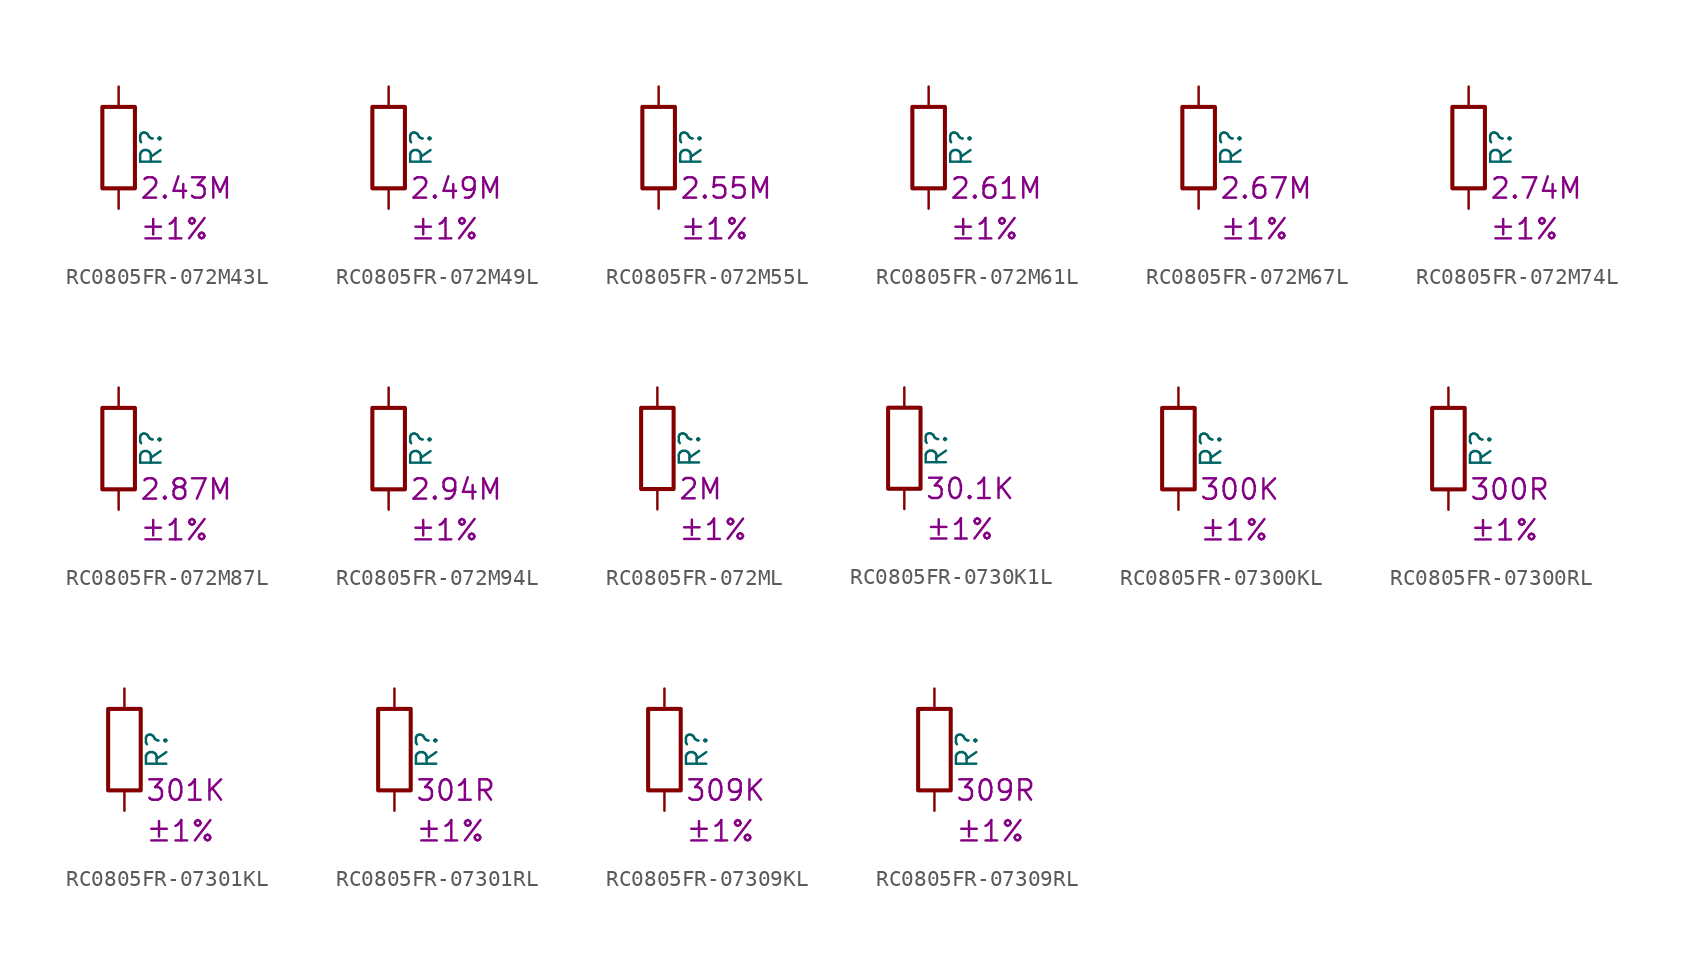
<source format=kicad_sym>
(kicad_symbol_lib
  (version 20220914)
  (generator kicad_symbol_editor)
  (symbol "RC0805FR-072M43L"
    (pin_numbers hide)
    (pin_names
      (offset 0))
    (property "Reference" "R"
      (at 2.032 0 90)
      (effects (font (size 1.27 1.27))))
    (property "Resistance" "2.43M"
      (at 1.27 -2.54 0)
      (effects (font (size 1.27 1.27)) (justify left)))
    (property "Tolerance" "±1%"
      (at 1.27 -5.08 0)
      (effects (font (size 1.27 1.27)) (justify left)))
    (symbol "RC0805FR-072M43L_0_1"
      (rectangle (start -1.016 -2.54) (end 1.016 2.54) (stroke (width 0.254) (type default)) (fill (type none))))
    (symbol "RC0805FR-072M43L_1_1"
      (pin passive line (at 0 3.81 270) (length 1.27) (name "~" (effects (font (size 1.27 1.27)))) (number "1" (effects (font (size 1.27 1.27)))))
      (pin passive line (at 0 -3.81 90) (length 1.27) (name "~" (effects (font (size 1.27 1.27)))) (number "2" (effects (font (size 1.27 1.27)))))))
  (symbol "RC0805FR-072M49L"
    (pin_numbers hide)
    (pin_names
      (offset 0))
    (property "Reference" "R"
      (at 2.032 0 90)
      (effects (font (size 1.27 1.27))))
    (property "Resistance" "2.49M"
      (at 1.27 -2.54 0)
      (effects (font (size 1.27 1.27)) (justify left)))
    (property "Tolerance" "±1%"
      (at 1.27 -5.08 0)
      (effects (font (size 1.27 1.27)) (justify left)))
    (symbol "RC0805FR-072M49L_0_1"
      (rectangle (start -1.016 -2.54) (end 1.016 2.54) (stroke (width 0.254) (type default)) (fill (type none))))
    (symbol "RC0805FR-072M49L_1_1"
      (pin passive line (at 0 3.81 270) (length 1.27) (name "~" (effects (font (size 1.27 1.27)))) (number "1" (effects (font (size 1.27 1.27)))))
      (pin passive line (at 0 -3.81 90) (length 1.27) (name "~" (effects (font (size 1.27 1.27)))) (number "2" (effects (font (size 1.27 1.27)))))))
  (symbol "RC0805FR-072M55L"
    (pin_numbers hide)
    (pin_names
      (offset 0))
    (property "Reference" "R"
      (at 2.032 0 90)
      (effects (font (size 1.27 1.27))))
    (property "Resistance" "2.55M"
      (at 1.27 -2.54 0)
      (effects (font (size 1.27 1.27)) (justify left)))
    (property "Tolerance" "±1%"
      (at 1.27 -5.08 0)
      (effects (font (size 1.27 1.27)) (justify left)))
    (symbol "RC0805FR-072M55L_0_1"
      (rectangle (start -1.016 -2.54) (end 1.016 2.54) (stroke (width 0.254) (type default)) (fill (type none))))
    (symbol "RC0805FR-072M55L_1_1"
      (pin passive line (at 0 3.81 270) (length 1.27) (name "~" (effects (font (size 1.27 1.27)))) (number "1" (effects (font (size 1.27 1.27)))))
      (pin passive line (at 0 -3.81 90) (length 1.27) (name "~" (effects (font (size 1.27 1.27)))) (number "2" (effects (font (size 1.27 1.27)))))))
  (symbol "RC0805FR-072M61L"
    (pin_numbers hide)
    (pin_names
      (offset 0))
    (property "Reference" "R"
      (at 2.032 0 90)
      (effects (font (size 1.27 1.27))))
    (property "Resistance" "2.61M"
      (at 1.27 -2.54 0)
      (effects (font (size 1.27 1.27)) (justify left)))
    (property "Tolerance" "±1%"
      (at 1.27 -5.08 0)
      (effects (font (size 1.27 1.27)) (justify left)))
    (symbol "RC0805FR-072M61L_0_1"
      (rectangle (start -1.016 -2.54) (end 1.016 2.54) (stroke (width 0.254) (type default)) (fill (type none))))
    (symbol "RC0805FR-072M61L_1_1"
      (pin passive line (at 0 3.81 270) (length 1.27) (name "~" (effects (font (size 1.27 1.27)))) (number "1" (effects (font (size 1.27 1.27)))))
      (pin passive line (at 0 -3.81 90) (length 1.27) (name "~" (effects (font (size 1.27 1.27)))) (number "2" (effects (font (size 1.27 1.27)))))))
  (symbol "RC0805FR-072M67L"
    (pin_numbers hide)
    (pin_names
      (offset 0))
    (property "Reference" "R"
      (at 2.032 0 90)
      (effects (font (size 1.27 1.27))))
    (property "Resistance" "2.67M"
      (at 1.27 -2.54 0)
      (effects (font (size 1.27 1.27)) (justify left)))
    (property "Tolerance" "±1%"
      (at 1.27 -5.08 0)
      (effects (font (size 1.27 1.27)) (justify left)))
    (symbol "RC0805FR-072M67L_0_1"
      (rectangle (start -1.016 -2.54) (end 1.016 2.54) (stroke (width 0.254) (type default)) (fill (type none))))
    (symbol "RC0805FR-072M67L_1_1"
      (pin passive line (at 0 3.81 270) (length 1.27) (name "~" (effects (font (size 1.27 1.27)))) (number "1" (effects (font (size 1.27 1.27)))))
      (pin passive line (at 0 -3.81 90) (length 1.27) (name "~" (effects (font (size 1.27 1.27)))) (number "2" (effects (font (size 1.27 1.27)))))))
  (symbol "RC0805FR-072M74L"
    (pin_numbers hide)
    (pin_names
      (offset 0))
    (property "Reference" "R"
      (at 2.032 0 90)
      (effects (font (size 1.27 1.27))))
    (property "Resistance" "2.74M"
      (at 1.27 -2.54 0)
      (effects (font (size 1.27 1.27)) (justify left)))
    (property "Tolerance" "±1%"
      (at 1.27 -5.08 0)
      (effects (font (size 1.27 1.27)) (justify left)))
    (symbol "RC0805FR-072M74L_0_1"
      (rectangle (start -1.016 -2.54) (end 1.016 2.54) (stroke (width 0.254) (type default)) (fill (type none))))
    (symbol "RC0805FR-072M74L_1_1"
      (pin passive line (at 0 3.81 270) (length 1.27) (name "~" (effects (font (size 1.27 1.27)))) (number "1" (effects (font (size 1.27 1.27)))))
      (pin passive line (at 0 -3.81 90) (length 1.27) (name "~" (effects (font (size 1.27 1.27)))) (number "2" (effects (font (size 1.27 1.27)))))))
  (symbol "RC0805FR-072M87L"
    (pin_numbers hide)
    (pin_names
      (offset 0))
    (property "Reference" "R"
      (at 2.032 0 90)
      (effects (font (size 1.27 1.27))))
    (property "Resistance" "2.87M"
      (at 1.27 -2.54 0)
      (effects (font (size 1.27 1.27)) (justify left)))
    (property "Tolerance" "±1%"
      (at 1.27 -5.08 0)
      (effects (font (size 1.27 1.27)) (justify left)))
    (symbol "RC0805FR-072M87L_0_1"
      (rectangle (start -1.016 -2.54) (end 1.016 2.54) (stroke (width 0.254) (type default)) (fill (type none))))
    (symbol "RC0805FR-072M87L_1_1"
      (pin passive line (at 0 3.81 270) (length 1.27) (name "~" (effects (font (size 1.27 1.27)))) (number "1" (effects (font (size 1.27 1.27)))))
      (pin passive line (at 0 -3.81 90) (length 1.27) (name "~" (effects (font (size 1.27 1.27)))) (number "2" (effects (font (size 1.27 1.27)))))))
  (symbol "RC0805FR-072M94L"
    (pin_numbers hide)
    (pin_names
      (offset 0))
    (property "Reference" "R"
      (at 2.032 0 90)
      (effects (font (size 1.27 1.27))))
    (property "Resistance" "2.94M"
      (at 1.27 -2.54 0)
      (effects (font (size 1.27 1.27)) (justify left)))
    (property "Tolerance" "±1%"
      (at 1.27 -5.08 0)
      (effects (font (size 1.27 1.27)) (justify left)))
    (symbol "RC0805FR-072M94L_0_1"
      (rectangle (start -1.016 -2.54) (end 1.016 2.54) (stroke (width 0.254) (type default)) (fill (type none))))
    (symbol "RC0805FR-072M94L_1_1"
      (pin passive line (at 0 3.81 270) (length 1.27) (name "~" (effects (font (size 1.27 1.27)))) (number "1" (effects (font (size 1.27 1.27)))))
      (pin passive line (at 0 -3.81 90) (length 1.27) (name "~" (effects (font (size 1.27 1.27)))) (number "2" (effects (font (size 1.27 1.27)))))))
  (symbol "RC0805FR-072ML"
    (pin_numbers hide)
    (pin_names
      (offset 0))
    (property "Reference" "R"
      (at 2.032 0 90)
      (effects (font (size 1.27 1.27))))
    (property "Resistance" "2M"
      (at 1.27 -2.54 0)
      (effects (font (size 1.27 1.27)) (justify left)))
    (property "Tolerance" "±1%"
      (at 1.27 -5.08 0)
      (effects (font (size 1.27 1.27)) (justify left)))
    (symbol "RC0805FR-072ML_0_1"
      (rectangle (start -1.016 -2.54) (end 1.016 2.54) (stroke (width 0.254) (type default)) (fill (type none))))
    (symbol "RC0805FR-072ML_1_1"
      (pin passive line (at 0 3.81 270) (length 1.27) (name "~" (effects (font (size 1.27 1.27)))) (number "1" (effects (font (size 1.27 1.27)))))
      (pin passive line (at 0 -3.81 90) (length 1.27) (name "~" (effects (font (size 1.27 1.27)))) (number "2" (effects (font (size 1.27 1.27)))))))
  (symbol "RC0805FR-0730K1L"
    (pin_numbers hide)
    (pin_names
      (offset 0))
    (property "Reference" "R"
      (at 2.032 0 90)
      (effects (font (size 1.27 1.27))))
    (property "Resistance" "30.1K"
      (at 1.27 -2.54 0)
      (effects (font (size 1.27 1.27)) (justify left)))
    (property "Tolerance" "±1%"
      (at 1.27 -5.08 0)
      (effects (font (size 1.27 1.27)) (justify left)))
    (symbol "RC0805FR-0730K1L_0_1"
      (rectangle (start -1.016 -2.54) (end 1.016 2.54) (stroke (width 0.254) (type default)) (fill (type none))))
    (symbol "RC0805FR-0730K1L_1_1"
      (pin passive line (at 0 3.81 270) (length 1.27) (name "~" (effects (font (size 1.27 1.27)))) (number "1" (effects (font (size 1.27 1.27)))))
      (pin passive line (at 0 -3.81 90) (length 1.27) (name "~" (effects (font (size 1.27 1.27)))) (number "2" (effects (font (size 1.27 1.27)))))))
  (symbol "RC0805FR-07300KL"
    (pin_numbers hide)
    (pin_names
      (offset 0))
    (property "Reference" "R"
      (at 2.032 0 90)
      (effects (font (size 1.27 1.27))))
    (property "Resistance" "300K"
      (at 1.27 -2.54 0)
      (effects (font (size 1.27 1.27)) (justify left)))
    (property "Tolerance" "±1%"
      (at 1.27 -5.08 0)
      (effects (font (size 1.27 1.27)) (justify left)))
    (symbol "RC0805FR-07300KL_0_1"
      (rectangle (start -1.016 -2.54) (end 1.016 2.54) (stroke (width 0.254) (type default)) (fill (type none))))
    (symbol "RC0805FR-07300KL_1_1"
      (pin passive line (at 0 3.81 270) (length 1.27) (name "~" (effects (font (size 1.27 1.27)))) (number "1" (effects (font (size 1.27 1.27)))))
      (pin passive line (at 0 -3.81 90) (length 1.27) (name "~" (effects (font (size 1.27 1.27)))) (number "2" (effects (font (size 1.27 1.27)))))))
  (symbol "RC0805FR-07300RL"
    (pin_numbers hide)
    (pin_names
      (offset 0))
    (property "Reference" "R"
      (at 2.032 0 90)
      (effects (font (size 1.27 1.27))))
    (property "Resistance" "300R"
      (at 1.27 -2.54 0)
      (effects (font (size 1.27 1.27)) (justify left)))
    (property "Tolerance" "±1%"
      (at 1.27 -5.08 0)
      (effects (font (size 1.27 1.27)) (justify left)))
    (symbol "RC0805FR-07300RL_0_1"
      (rectangle (start -1.016 -2.54) (end 1.016 2.54) (stroke (width 0.254) (type default)) (fill (type none))))
    (symbol "RC0805FR-07300RL_1_1"
      (pin passive line (at 0 3.81 270) (length 1.27) (name "~" (effects (font (size 1.27 1.27)))) (number "1" (effects (font (size 1.27 1.27)))))
      (pin passive line (at 0 -3.81 90) (length 1.27) (name "~" (effects (font (size 1.27 1.27)))) (number "2" (effects (font (size 1.27 1.27)))))))
  (symbol "RC0805FR-07301KL"
    (pin_numbers hide)
    (pin_names
      (offset 0))
    (property "Reference" "R"
      (at 2.032 0 90)
      (effects (font (size 1.27 1.27))))
    (property "Resistance" "301K"
      (at 1.27 -2.54 0)
      (effects (font (size 1.27 1.27)) (justify left)))
    (property "Tolerance" "±1%"
      (at 1.27 -5.08 0)
      (effects (font (size 1.27 1.27)) (justify left)))
    (symbol "RC0805FR-07301KL_0_1"
      (rectangle (start -1.016 -2.54) (end 1.016 2.54) (stroke (width 0.254) (type default)) (fill (type none))))
    (symbol "RC0805FR-07301KL_1_1"
      (pin passive line (at 0 3.81 270) (length 1.27) (name "~" (effects (font (size 1.27 1.27)))) (number "1" (effects (font (size 1.27 1.27)))))
      (pin passive line (at 0 -3.81 90) (length 1.27) (name "~" (effects (font (size 1.27 1.27)))) (number "2" (effects (font (size 1.27 1.27)))))))
  (symbol "RC0805FR-07301RL"
    (pin_numbers hide)
    (pin_names
      (offset 0))
    (property "Reference" "R"
      (at 2.032 0 90)
      (effects (font (size 1.27 1.27))))
    (property "Resistance" "301R"
      (at 1.27 -2.54 0)
      (effects (font (size 1.27 1.27)) (justify left)))
    (property "Tolerance" "±1%"
      (at 1.27 -5.08 0)
      (effects (font (size 1.27 1.27)) (justify left)))
    (symbol "RC0805FR-07301RL_0_1"
      (rectangle (start -1.016 -2.54) (end 1.016 2.54) (stroke (width 0.254) (type default)) (fill (type none))))
    (symbol "RC0805FR-07301RL_1_1"
      (pin passive line (at 0 3.81 270) (length 1.27) (name "~" (effects (font (size 1.27 1.27)))) (number "1" (effects (font (size 1.27 1.27)))))
      (pin passive line (at 0 -3.81 90) (length 1.27) (name "~" (effects (font (size 1.27 1.27)))) (number "2" (effects (font (size 1.27 1.27)))))))
  (symbol "RC0805FR-07309KL"
    (pin_numbers hide)
    (pin_names
      (offset 0))
    (property "Reference" "R"
      (at 2.032 0 90)
      (effects (font (size 1.27 1.27))))
    (property "Resistance" "309K"
      (at 1.27 -2.54 0)
      (effects (font (size 1.27 1.27)) (justify left)))
    (property "Tolerance" "±1%"
      (at 1.27 -5.08 0)
      (effects (font (size 1.27 1.27)) (justify left)))
    (symbol "RC0805FR-07309KL_0_1"
      (rectangle (start -1.016 -2.54) (end 1.016 2.54) (stroke (width 0.254) (type default)) (fill (type none))))
    (symbol "RC0805FR-07309KL_1_1"
      (pin passive line (at 0 3.81 270) (length 1.27) (name "~" (effects (font (size 1.27 1.27)))) (number "1" (effects (font (size 1.27 1.27)))))
      (pin passive line (at 0 -3.81 90) (length 1.27) (name "~" (effects (font (size 1.27 1.27)))) (number "2" (effects (font (size 1.27 1.27)))))))
  (symbol "RC0805FR-07309RL"
    (pin_numbers hide)
    (pin_names
      (offset 0))
    (property "Reference" "R"
      (at 2.032 0 90)
      (effects (font (size 1.27 1.27))))
    (property "Resistance" "309R"
      (at 1.27 -2.54 0)
      (effects (font (size 1.27 1.27)) (justify left)))
    (property "Tolerance" "±1%"
      (at 1.27 -5.08 0)
      (effects (font (size 1.27 1.27)) (justify left)))
    (symbol "RC0805FR-07309RL_0_1"
      (rectangle (start -1.016 -2.54) (end 1.016 2.54) (stroke (width 0.254) (type default)) (fill (type none))))
    (symbol "RC0805FR-07309RL_1_1"
      (pin passive line (at 0 3.81 270) (length 1.27) (name "~" (effects (font (size 1.27 1.27)))) (number "1" (effects (font (size 1.27 1.27)))))
      (pin passive line (at 0 -3.81 90) (length 1.27) (name "~" (effects (font (size 1.27 1.27)))) (number "2" (effects (font (size 1.27 1.27))))))))
</source>
